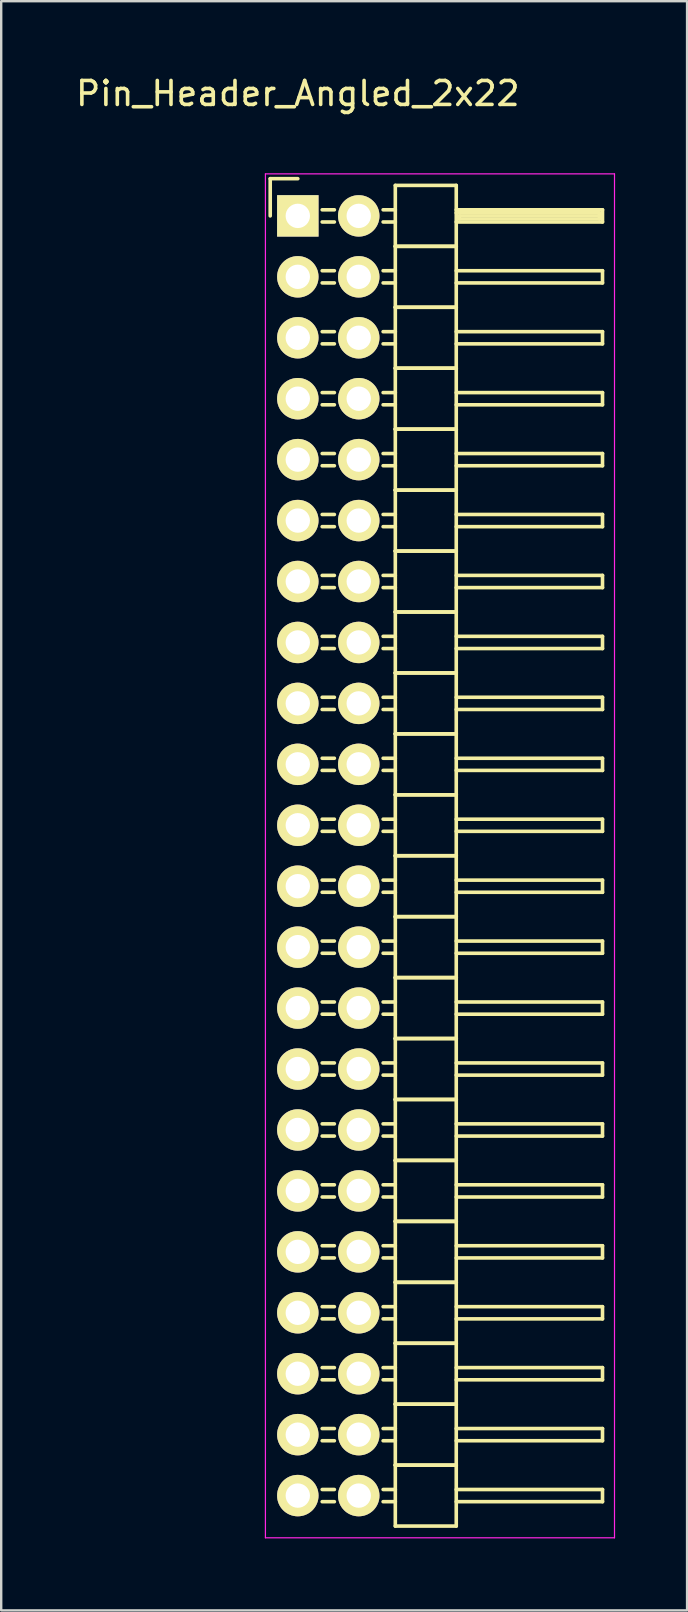
<source format=kicad_pcb>
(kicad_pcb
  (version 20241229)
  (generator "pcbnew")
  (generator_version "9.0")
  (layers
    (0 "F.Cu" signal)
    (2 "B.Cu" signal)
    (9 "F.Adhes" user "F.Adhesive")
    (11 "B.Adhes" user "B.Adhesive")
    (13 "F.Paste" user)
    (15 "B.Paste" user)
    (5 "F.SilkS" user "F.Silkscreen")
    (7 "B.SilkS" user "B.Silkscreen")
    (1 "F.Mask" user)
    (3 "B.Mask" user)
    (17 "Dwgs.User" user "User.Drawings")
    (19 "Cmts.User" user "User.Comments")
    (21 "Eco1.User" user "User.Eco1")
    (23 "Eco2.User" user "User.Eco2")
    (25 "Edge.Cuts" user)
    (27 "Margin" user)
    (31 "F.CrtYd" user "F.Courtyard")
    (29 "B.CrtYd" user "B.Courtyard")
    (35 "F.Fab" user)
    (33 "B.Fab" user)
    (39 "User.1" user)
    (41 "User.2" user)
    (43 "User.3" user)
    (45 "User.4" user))
  (footprint "Pin_Header_Angled_2x22"
    (layer "F.Cu")
    (at 9.363 5.948)
    (property "Reference" "Pin_Header_Angled_2x22" (at 0 -5.1 0) (layer "F.SilkS") (effects (font (size 1 1) (thickness 0.15))))
    (attr through_hole)
    (fp_line (start -1.15 -1.55) (end -1.15 0) (stroke (width 0.15) (type solid)) (layer "F.SilkS"))
    (fp_line (start 0 -1.55) (end -1.15 -1.55) (stroke (width 0.15) (type solid)) (layer "F.SilkS"))
    (fp_line (start 1.524 -0.254) (end 1.016 -0.254) (stroke (width 0.15) (type solid)) (layer "F.SilkS"))
    (fp_line (start 1.524 0.254) (end 1.016 0.254) (stroke (width 0.15) (type solid)) (layer "F.SilkS"))
    (fp_line (start 1.524 2.286) (end 1.016 2.286) (stroke (width 0.15) (type solid)) (layer "F.SilkS"))
    (fp_line (start 1.524 2.794) (end 1.016 2.794) (stroke (width 0.15) (type solid)) (layer "F.SilkS"))
    (fp_line (start 1.524 4.826) (end 1.016 4.826) (stroke (width 0.15) (type solid)) (layer "F.SilkS"))
    (fp_line (start 1.524 5.334) (end 1.016 5.334) (stroke (width 0.15) (type solid)) (layer "F.SilkS"))
    (fp_line (start 1.524 7.366) (end 1.016 7.366) (stroke (width 0.15) (type solid)) (layer "F.SilkS"))
    (fp_line (start 1.524 7.874) (end 1.016 7.874) (stroke (width 0.15) (type solid)) (layer "F.SilkS"))
    (fp_line (start 1.524 9.906) (end 1.016 9.906) (stroke (width 0.15) (type solid)) (layer "F.SilkS"))
    (fp_line (start 1.524 10.414) (end 1.016 10.414) (stroke (width 0.15) (type solid)) (layer "F.SilkS"))
    (fp_line (start 1.524 12.446) (end 1.016 12.446) (stroke (width 0.15) (type solid)) (layer "F.SilkS"))
    (fp_line (start 1.524 12.954) (end 1.016 12.954) (stroke (width 0.15) (type solid)) (layer "F.SilkS"))
    (fp_line (start 1.524 14.986) (end 1.016 14.986) (stroke (width 0.15) (type solid)) (layer "F.SilkS"))
    (fp_line (start 1.524 15.494) (end 1.016 15.494) (stroke (width 0.15) (type solid)) (layer "F.SilkS"))
    (fp_line (start 1.524 17.526) (end 1.016 17.526) (stroke (width 0.15) (type solid)) (layer "F.SilkS"))
    (fp_line (start 1.524 18.034) (end 1.016 18.034) (stroke (width 0.15) (type solid)) (layer "F.SilkS"))
    (fp_line (start 1.524 20.066) (end 1.016 20.066) (stroke (width 0.15) (type solid)) (layer "F.SilkS"))
    (fp_line (start 1.524 20.574) (end 1.016 20.574) (stroke (width 0.15) (type solid)) (layer "F.SilkS"))
    (fp_line (start 1.524 22.606) (end 1.016 22.606) (stroke (width 0.15) (type solid)) (layer "F.SilkS"))
    (fp_line (start 1.524 23.114) (end 1.016 23.114) (stroke (width 0.15) (type solid)) (layer "F.SilkS"))
    (fp_line (start 1.524 25.146) (end 1.016 25.146) (stroke (width 0.15) (type solid)) (layer "F.SilkS"))
    (fp_line (start 1.524 25.654) (end 1.016 25.654) (stroke (width 0.15) (type solid)) (layer "F.SilkS"))
    (fp_line (start 1.524 27.686) (end 1.016 27.686) (stroke (width 0.15) (type solid)) (layer "F.SilkS"))
    (fp_line (start 1.524 28.194) (end 1.016 28.194) (stroke (width 0.15) (type solid)) (layer "F.SilkS"))
    (fp_line (start 1.524 30.226) (end 1.016 30.226) (stroke (width 0.15) (type solid)) (layer "F.SilkS"))
    (fp_line (start 1.524 30.734) (end 1.016 30.734) (stroke (width 0.15) (type solid)) (layer "F.SilkS"))
    (fp_line (start 1.524 32.766) (end 1.016 32.766) (stroke (width 0.15) (type solid)) (layer "F.SilkS"))
    (fp_line (start 1.524 33.274) (end 1.016 33.274) (stroke (width 0.15) (type solid)) (layer "F.SilkS"))
    (fp_line (start 1.524 35.306) (end 1.016 35.306) (stroke (width 0.15) (type solid)) (layer "F.SilkS"))
    (fp_line (start 1.524 35.814) (end 1.016 35.814) (stroke (width 0.15) (type solid)) (layer "F.SilkS"))
    (fp_line (start 1.524 37.846) (end 1.016 37.846) (stroke (width 0.15) (type solid)) (layer "F.SilkS"))
    (fp_line (start 1.524 38.354) (end 1.016 38.354) (stroke (width 0.15) (type solid)) (layer "F.SilkS"))
    (fp_line (start 1.524 40.386) (end 1.016 40.386) (stroke (width 0.15) (type solid)) (layer "F.SilkS"))
    (fp_line (start 1.524 40.894) (end 1.016 40.894) (stroke (width 0.15) (type solid)) (layer "F.SilkS"))
    (fp_line (start 1.524 42.926) (end 1.016 42.926) (stroke (width 0.15) (type solid)) (layer "F.SilkS"))
    (fp_line (start 1.524 43.434) (end 1.016 43.434) (stroke (width 0.15) (type solid)) (layer "F.SilkS"))
    (fp_line (start 1.524 45.466) (end 1.016 45.466) (stroke (width 0.15) (type solid)) (layer "F.SilkS"))
    (fp_line (start 1.524 45.974) (end 1.016 45.974) (stroke (width 0.15) (type solid)) (layer "F.SilkS"))
    (fp_line (start 1.524 48.006) (end 1.016 48.006) (stroke (width 0.15) (type solid)) (layer "F.SilkS"))
    (fp_line (start 1.524 48.514) (end 1.016 48.514) (stroke (width 0.15) (type solid)) (layer "F.SilkS"))
    (fp_line (start 1.524 50.546) (end 1.016 50.546) (stroke (width 0.15) (type solid)) (layer "F.SilkS"))
    (fp_line (start 1.524 51.054) (end 1.016 51.054) (stroke (width 0.15) (type solid)) (layer "F.SilkS"))
    (fp_line (start 1.524 53.086) (end 1.016 53.086) (stroke (width 0.15) (type solid)) (layer "F.SilkS"))
    (fp_line (start 1.524 53.594) (end 1.016 53.594) (stroke (width 0.15) (type solid)) (layer "F.SilkS"))
    (fp_line (start 4.064 -1.27) (end 4.064 1.27) (stroke (width 0.15) (type solid)) (layer "F.SilkS"))
    (fp_line (start 4.064 -1.27) (end 6.604 -1.27) (stroke (width 0.15) (type solid)) (layer "F.SilkS"))
    (fp_line (start 4.064 -0.254) (end 3.556 -0.254) (stroke (width 0.15) (type solid)) (layer "F.SilkS"))
    (fp_line (start 4.064 0.254) (end 3.556 0.254) (stroke (width 0.15) (type solid)) (layer "F.SilkS"))
    (fp_line (start 4.064 1.27) (end 4.064 3.81) (stroke (width 0.15) (type solid)) (layer "F.SilkS"))
    (fp_line (start 4.064 1.27) (end 6.604 1.27) (stroke (width 0.15) (type solid)) (layer "F.SilkS"))
    (fp_line (start 4.064 1.27) (end 6.604 1.27) (stroke (width 0.15) (type solid)) (layer "F.SilkS"))
    (fp_line (start 4.064 2.286) (end 3.556 2.286) (stroke (width 0.15) (type solid)) (layer "F.SilkS"))
    (fp_line (start 4.064 2.794) (end 3.556 2.794) (stroke (width 0.15) (type solid)) (layer "F.SilkS"))
    (fp_line (start 4.064 3.81) (end 4.064 6.35) (stroke (width 0.15) (type solid)) (layer "F.SilkS"))
    (fp_line (start 4.064 3.81) (end 6.604 3.81) (stroke (width 0.15) (type solid)) (layer "F.SilkS"))
    (fp_line (start 4.064 3.81) (end 6.604 3.81) (stroke (width 0.15) (type solid)) (layer "F.SilkS"))
    (fp_line (start 4.064 4.826) (end 3.556 4.826) (stroke (width 0.15) (type solid)) (layer "F.SilkS"))
    (fp_line (start 4.064 5.334) (end 3.556 5.334) (stroke (width 0.15) (type solid)) (layer "F.SilkS"))
    (fp_line (start 4.064 6.35) (end 4.064 8.89) (stroke (width 0.15) (type solid)) (layer "F.SilkS"))
    (fp_line (start 4.064 6.35) (end 6.604 6.35) (stroke (width 0.15) (type solid)) (layer "F.SilkS"))
    (fp_line (start 4.064 6.35) (end 6.604 6.35) (stroke (width 0.15) (type solid)) (layer "F.SilkS"))
    (fp_line (start 4.064 7.366) (end 3.556 7.366) (stroke (width 0.15) (type solid)) (layer "F.SilkS"))
    (fp_line (start 4.064 7.874) (end 3.556 7.874) (stroke (width 0.15) (type solid)) (layer "F.SilkS"))
    (fp_line (start 4.064 8.89) (end 4.064 11.43) (stroke (width 0.15) (type solid)) (layer "F.SilkS"))
    (fp_line (start 4.064 8.89) (end 6.604 8.89) (stroke (width 0.15) (type solid)) (layer "F.SilkS"))
    (fp_line (start 4.064 8.89) (end 6.604 8.89) (stroke (width 0.15) (type solid)) (layer "F.SilkS"))
    (fp_line (start 4.064 9.906) (end 3.556 9.906) (stroke (width 0.15) (type solid)) (layer "F.SilkS"))
    (fp_line (start 4.064 10.414) (end 3.556 10.414) (stroke (width 0.15) (type solid)) (layer "F.SilkS"))
    (fp_line (start 4.064 11.43) (end 4.064 13.97) (stroke (width 0.15) (type solid)) (layer "F.SilkS"))
    (fp_line (start 4.064 11.43) (end 6.604 11.43) (stroke (width 0.15) (type solid)) (layer "F.SilkS"))
    (fp_line (start 4.064 11.43) (end 6.604 11.43) (stroke (width 0.15) (type solid)) (layer "F.SilkS"))
    (fp_line (start 4.064 12.446) (end 3.556 12.446) (stroke (width 0.15) (type solid)) (layer "F.SilkS"))
    (fp_line (start 4.064 12.954) (end 3.556 12.954) (stroke (width 0.15) (type solid)) (layer "F.SilkS"))
    (fp_line (start 4.064 13.97) (end 4.064 16.51) (stroke (width 0.15) (type solid)) (layer "F.SilkS"))
    (fp_line (start 4.064 13.97) (end 6.604 13.97) (stroke (width 0.15) (type solid)) (layer "F.SilkS"))
    (fp_line (start 4.064 13.97) (end 6.604 13.97) (stroke (width 0.15) (type solid)) (layer "F.SilkS"))
    (fp_line (start 4.064 14.986) (end 3.556 14.986) (stroke (width 0.15) (type solid)) (layer "F.SilkS"))
    (fp_line (start 4.064 15.494) (end 3.556 15.494) (stroke (width 0.15) (type solid)) (layer "F.SilkS"))
    (fp_line (start 4.064 16.51) (end 4.064 19.05) (stroke (width 0.15) (type solid)) (layer "F.SilkS"))
    (fp_line (start 4.064 16.51) (end 6.604 16.51) (stroke (width 0.15) (type solid)) (layer "F.SilkS"))
    (fp_line (start 4.064 16.51) (end 6.604 16.51) (stroke (width 0.15) (type solid)) (layer "F.SilkS"))
    (fp_line (start 4.064 17.526) (end 3.556 17.526) (stroke (width 0.15) (type solid)) (layer "F.SilkS"))
    (fp_line (start 4.064 18.034) (end 3.556 18.034) (stroke (width 0.15) (type solid)) (layer "F.SilkS"))
    (fp_line (start 4.064 19.05) (end 4.064 21.59) (stroke (width 0.15) (type solid)) (layer "F.SilkS"))
    (fp_line (start 4.064 19.05) (end 6.604 19.05) (stroke (width 0.15) (type solid)) (layer "F.SilkS"))
    (fp_line (start 4.064 19.05) (end 6.604 19.05) (stroke (width 0.15) (type solid)) (layer "F.SilkS"))
    (fp_line (start 4.064 20.066) (end 3.556 20.066) (stroke (width 0.15) (type solid)) (layer "F.SilkS"))
    (fp_line (start 4.064 20.574) (end 3.556 20.574) (stroke (width 0.15) (type solid)) (layer "F.SilkS"))
    (fp_line (start 4.064 21.59) (end 4.064 24.13) (stroke (width 0.15) (type solid)) (layer "F.SilkS"))
    (fp_line (start 4.064 21.59) (end 6.604 21.59) (stroke (width 0.15) (type solid)) (layer "F.SilkS"))
    (fp_line (start 4.064 21.59) (end 6.604 21.59) (stroke (width 0.15) (type solid)) (layer "F.SilkS"))
    (fp_line (start 4.064 22.606) (end 3.556 22.606) (stroke (width 0.15) (type solid)) (layer "F.SilkS"))
    (fp_line (start 4.064 23.114) (end 3.556 23.114) (stroke (width 0.15) (type solid)) (layer "F.SilkS"))
    (fp_line (start 4.064 24.13) (end 4.064 26.67) (stroke (width 0.15) (type solid)) (layer "F.SilkS"))
    (fp_line (start 4.064 24.13) (end 6.604 24.13) (stroke (width 0.15) (type solid)) (layer "F.SilkS"))
    (fp_line (start 4.064 24.13) (end 6.604 24.13) (stroke (width 0.15) (type solid)) (layer "F.SilkS"))
    (fp_line (start 4.064 25.146) (end 3.556 25.146) (stroke (width 0.15) (type solid)) (layer "F.SilkS"))
    (fp_line (start 4.064 25.654) (end 3.556 25.654) (stroke (width 0.15) (type solid)) (layer "F.SilkS"))
    (fp_line (start 4.064 26.67) (end 4.064 29.21) (stroke (width 0.15) (type solid)) (layer "F.SilkS"))
    (fp_line (start 4.064 26.67) (end 6.604 26.67) (stroke (width 0.15) (type solid)) (layer "F.SilkS"))
    (fp_line (start 4.064 26.67) (end 6.604 26.67) (stroke (width 0.15) (type solid)) (layer "F.SilkS"))
    (fp_line (start 4.064 27.686) (end 3.556 27.686) (stroke (width 0.15) (type solid)) (layer "F.SilkS"))
    (fp_line (start 4.064 28.194) (end 3.556 28.194) (stroke (width 0.15) (type solid)) (layer "F.SilkS"))
    (fp_line (start 4.064 29.21) (end 4.064 31.75) (stroke (width 0.15) (type solid)) (layer "F.SilkS"))
    (fp_line (start 4.064 29.21) (end 6.604 29.21) (stroke (width 0.15) (type solid)) (layer "F.SilkS"))
    (fp_line (start 4.064 29.21) (end 6.604 29.21) (stroke (width 0.15) (type solid)) (layer "F.SilkS"))
    (fp_line (start 4.064 30.226) (end 3.556 30.226) (stroke (width 0.15) (type solid)) (layer "F.SilkS"))
    (fp_line (start 4.064 30.734) (end 3.556 30.734) (stroke (width 0.15) (type solid)) (layer "F.SilkS"))
    (fp_line (start 4.064 31.75) (end 4.064 34.29) (stroke (width 0.15) (type solid)) (layer "F.SilkS"))
    (fp_line (start 4.064 31.75) (end 6.604 31.75) (stroke (width 0.15) (type solid)) (layer "F.SilkS"))
    (fp_line (start 4.064 31.75) (end 6.604 31.75) (stroke (width 0.15) (type solid)) (layer "F.SilkS"))
    (fp_line (start 4.064 32.766) (end 3.556 32.766) (stroke (width 0.15) (type solid)) (layer "F.SilkS"))
    (fp_line (start 4.064 33.274) (end 3.556 33.274) (stroke (width 0.15) (type solid)) (layer "F.SilkS"))
    (fp_line (start 4.064 34.29) (end 4.064 36.83) (stroke (width 0.15) (type solid)) (layer "F.SilkS"))
    (fp_line (start 4.064 34.29) (end 6.604 34.29) (stroke (width 0.15) (type solid)) (layer "F.SilkS"))
    (fp_line (start 4.064 34.29) (end 6.604 34.29) (stroke (width 0.15) (type solid)) (layer "F.SilkS"))
    (fp_line (start 4.064 35.306) (end 3.556 35.306) (stroke (width 0.15) (type solid)) (layer "F.SilkS"))
    (fp_line (start 4.064 35.814) (end 3.556 35.814) (stroke (width 0.15) (type solid)) (layer "F.SilkS"))
    (fp_line (start 4.064 36.83) (end 4.064 39.37) (stroke (width 0.15) (type solid)) (layer "F.SilkS"))
    (fp_line (start 4.064 36.83) (end 6.604 36.83) (stroke (width 0.15) (type solid)) (layer "F.SilkS"))
    (fp_line (start 4.064 36.83) (end 6.604 36.83) (stroke (width 0.15) (type solid)) (layer "F.SilkS"))
    (fp_line (start 4.064 37.846) (end 3.556 37.846) (stroke (width 0.15) (type solid)) (layer "F.SilkS"))
    (fp_line (start 4.064 38.354) (end 3.556 38.354) (stroke (width 0.15) (type solid)) (layer "F.SilkS"))
    (fp_line (start 4.064 39.37) (end 4.064 41.91) (stroke (width 0.15) (type solid)) (layer "F.SilkS"))
    (fp_line (start 4.064 39.37) (end 6.604 39.37) (stroke (width 0.15) (type solid)) (layer "F.SilkS"))
    (fp_line (start 4.064 39.37) (end 6.604 39.37) (stroke (width 0.15) (type solid)) (layer "F.SilkS"))
    (fp_line (start 4.064 40.386) (end 3.556 40.386) (stroke (width 0.15) (type solid)) (layer "F.SilkS"))
    (fp_line (start 4.064 40.894) (end 3.556 40.894) (stroke (width 0.15) (type solid)) (layer "F.SilkS"))
    (fp_line (start 4.064 41.91) (end 4.064 44.45) (stroke (width 0.15) (type solid)) (layer "F.SilkS"))
    (fp_line (start 4.064 41.91) (end 6.604 41.91) (stroke (width 0.15) (type solid)) (layer "F.SilkS"))
    (fp_line (start 4.064 41.91) (end 6.604 41.91) (stroke (width 0.15) (type solid)) (layer "F.SilkS"))
    (fp_line (start 4.064 42.926) (end 3.556 42.926) (stroke (width 0.15) (type solid)) (layer "F.SilkS"))
    (fp_line (start 4.064 43.434) (end 3.556 43.434) (stroke (width 0.15) (type solid)) (layer "F.SilkS"))
    (fp_line (start 4.064 44.45) (end 4.064 46.99) (stroke (width 0.15) (type solid)) (layer "F.SilkS"))
    (fp_line (start 4.064 44.45) (end 6.604 44.45) (stroke (width 0.15) (type solid)) (layer "F.SilkS"))
    (fp_line (start 4.064 44.45) (end 6.604 44.45) (stroke (width 0.15) (type solid)) (layer "F.SilkS"))
    (fp_line (start 4.064 45.466) (end 3.556 45.466) (stroke (width 0.15) (type solid)) (layer "F.SilkS"))
    (fp_line (start 4.064 45.974) (end 3.556 45.974) (stroke (width 0.15) (type solid)) (layer "F.SilkS"))
    (fp_line (start 4.064 46.99) (end 4.064 49.53) (stroke (width 0.15) (type solid)) (layer "F.SilkS"))
    (fp_line (start 4.064 46.99) (end 6.604 46.99) (stroke (width 0.15) (type solid)) (layer "F.SilkS"))
    (fp_line (start 4.064 46.99) (end 6.604 46.99) (stroke (width 0.15) (type solid)) (layer "F.SilkS"))
    (fp_line (start 4.064 48.006) (end 3.556 48.006) (stroke (width 0.15) (type solid)) (layer "F.SilkS"))
    (fp_line (start 4.064 48.514) (end 3.556 48.514) (stroke (width 0.15) (type solid)) (layer "F.SilkS"))
    (fp_line (start 4.064 49.53) (end 4.064 52.07) (stroke (width 0.15) (type solid)) (layer "F.SilkS"))
    (fp_line (start 4.064 49.53) (end 6.604 49.53) (stroke (width 0.15) (type solid)) (layer "F.SilkS"))
    (fp_line (start 4.064 49.53) (end 6.604 49.53) (stroke (width 0.15) (type solid)) (layer "F.SilkS"))
    (fp_line (start 4.064 50.546) (end 3.556 50.546) (stroke (width 0.15) (type solid)) (layer "F.SilkS"))
    (fp_line (start 4.064 51.054) (end 3.556 51.054) (stroke (width 0.15) (type solid)) (layer "F.SilkS"))
    (fp_line (start 4.064 52.07) (end 4.064 54.61) (stroke (width 0.15) (type solid)) (layer "F.SilkS"))
    (fp_line (start 4.064 52.07) (end 6.604 52.07) (stroke (width 0.15) (type solid)) (layer "F.SilkS"))
    (fp_line (start 4.064 52.07) (end 6.604 52.07) (stroke (width 0.15) (type solid)) (layer "F.SilkS"))
    (fp_line (start 4.064 53.086) (end 3.556 53.086) (stroke (width 0.15) (type solid)) (layer "F.SilkS"))
    (fp_line (start 4.064 53.594) (end 3.556 53.594) (stroke (width 0.15) (type solid)) (layer "F.SilkS"))
    (fp_line (start 4.064 54.61) (end 6.604 54.61) (stroke (width 0.15) (type solid)) (layer "F.SilkS"))
    (fp_line (start 6.604 -0.254) (end 12.7 -0.254) (stroke (width 0.15) (type solid)) (layer "F.SilkS"))
    (fp_line (start 6.604 -0.127) (end 12.573 -0.127) (stroke (width 0.15) (type solid)) (layer "F.SilkS"))
    (fp_line (start 6.604 1.27) (end 6.604 -1.27) (stroke (width 0.15) (type solid)) (layer "F.SilkS"))
    (fp_line (start 6.604 2.286) (end 12.7 2.286) (stroke (width 0.15) (type solid)) (layer "F.SilkS"))
    (fp_line (start 6.604 3.81) (end 6.604 1.27) (stroke (width 0.15) (type solid)) (layer "F.SilkS"))
    (fp_line (start 6.604 4.826) (end 12.7 4.826) (stroke (width 0.15) (type solid)) (layer "F.SilkS"))
    (fp_line (start 6.604 6.35) (end 6.604 3.81) (stroke (width 0.15) (type solid)) (layer "F.SilkS"))
    (fp_line (start 6.604 7.366) (end 12.7 7.366) (stroke (width 0.15) (type solid)) (layer "F.SilkS"))
    (fp_line (start 6.604 8.89) (end 6.604 6.35) (stroke (width 0.15) (type solid)) (layer "F.SilkS"))
    (fp_line (start 6.604 9.906) (end 12.7 9.906) (stroke (width 0.15) (type solid)) (layer "F.SilkS"))
    (fp_line (start 6.604 11.43) (end 6.604 8.89) (stroke (width 0.15) (type solid)) (layer "F.SilkS"))
    (fp_line (start 6.604 12.446) (end 12.7 12.446) (stroke (width 0.15) (type solid)) (layer "F.SilkS"))
    (fp_line (start 6.604 13.97) (end 6.604 11.43) (stroke (width 0.15) (type solid)) (layer "F.SilkS"))
    (fp_line (start 6.604 14.986) (end 12.7 14.986) (stroke (width 0.15) (type solid)) (layer "F.SilkS"))
    (fp_line (start 6.604 16.51) (end 6.604 13.97) (stroke (width 0.15) (type solid)) (layer "F.SilkS"))
    (fp_line (start 6.604 17.526) (end 12.7 17.526) (stroke (width 0.15) (type solid)) (layer "F.SilkS"))
    (fp_line (start 6.604 19.05) (end 6.604 16.51) (stroke (width 0.15) (type solid)) (layer "F.SilkS"))
    (fp_line (start 6.604 20.066) (end 12.7 20.066) (stroke (width 0.15) (type solid)) (layer "F.SilkS"))
    (fp_line (start 6.604 21.59) (end 6.604 19.05) (stroke (width 0.15) (type solid)) (layer "F.SilkS"))
    (fp_line (start 6.604 22.606) (end 12.7 22.606) (stroke (width 0.15) (type solid)) (layer "F.SilkS"))
    (fp_line (start 6.604 24.13) (end 6.604 21.59) (stroke (width 0.15) (type solid)) (layer "F.SilkS"))
    (fp_line (start 6.604 25.146) (end 12.7 25.146) (stroke (width 0.15) (type solid)) (layer "F.SilkS"))
    (fp_line (start 6.604 26.67) (end 6.604 24.13) (stroke (width 0.15) (type solid)) (layer "F.SilkS"))
    (fp_line (start 6.604 27.686) (end 12.7 27.686) (stroke (width 0.15) (type solid)) (layer "F.SilkS"))
    (fp_line (start 6.604 29.21) (end 6.604 26.67) (stroke (width 0.15) (type solid)) (layer "F.SilkS"))
    (fp_line (start 6.604 30.226) (end 12.7 30.226) (stroke (width 0.15) (type solid)) (layer "F.SilkS"))
    (fp_line (start 6.604 31.75) (end 6.604 29.21) (stroke (width 0.15) (type solid)) (layer "F.SilkS"))
    (fp_line (start 6.604 32.766) (end 12.7 32.766) (stroke (width 0.15) (type solid)) (layer "F.SilkS"))
    (fp_line (start 6.604 34.29) (end 6.604 31.75) (stroke (width 0.15) (type solid)) (layer "F.SilkS"))
    (fp_line (start 6.604 35.306) (end 12.7 35.306) (stroke (width 0.15) (type solid)) (layer "F.SilkS"))
    (fp_line (start 6.604 36.83) (end 6.604 34.29) (stroke (width 0.15) (type solid)) (layer "F.SilkS"))
    (fp_line (start 6.604 37.846) (end 12.7 37.846) (stroke (width 0.15) (type solid)) (layer "F.SilkS"))
    (fp_line (start 6.604 39.37) (end 6.604 36.83) (stroke (width 0.15) (type solid)) (layer "F.SilkS"))
    (fp_line (start 6.604 40.386) (end 12.7 40.386) (stroke (width 0.15) (type solid)) (layer "F.SilkS"))
    (fp_line (start 6.604 41.91) (end 6.604 39.37) (stroke (width 0.15) (type solid)) (layer "F.SilkS"))
    (fp_line (start 6.604 42.926) (end 12.7 42.926) (stroke (width 0.15) (type solid)) (layer "F.SilkS"))
    (fp_line (start 6.604 44.45) (end 6.604 41.91) (stroke (width 0.15) (type solid)) (layer "F.SilkS"))
    (fp_line (start 6.604 45.466) (end 12.7 45.466) (stroke (width 0.15) (type solid)) (layer "F.SilkS"))
    (fp_line (start 6.604 46.99) (end 6.604 44.45) (stroke (width 0.15) (type solid)) (layer "F.SilkS"))
    (fp_line (start 6.604 48.006) (end 12.7 48.006) (stroke (width 0.15) (type solid)) (layer "F.SilkS"))
    (fp_line (start 6.604 49.53) (end 6.604 46.99) (stroke (width 0.15) (type solid)) (layer "F.SilkS"))
    (fp_line (start 6.604 50.546) (end 12.7 50.546) (stroke (width 0.15) (type solid)) (layer "F.SilkS"))
    (fp_line (start 6.604 52.07) (end 6.604 49.53) (stroke (width 0.15) (type solid)) (layer "F.SilkS"))
    (fp_line (start 6.604 53.086) (end 12.7 53.086) (stroke (width 0.15) (type solid)) (layer "F.SilkS"))
    (fp_line (start 6.604 54.61) (end 6.604 52.07) (stroke (width 0.15) (type solid)) (layer "F.SilkS"))
    (fp_line (start 6.731 0) (end 12.573 0) (stroke (width 0.15) (type solid)) (layer "F.SilkS"))
    (fp_line (start 6.731 0.127) (end 6.731 0) (stroke (width 0.15) (type solid)) (layer "F.SilkS"))
    (fp_line (start 12.573 -0.127) (end 12.573 0.127) (stroke (width 0.15) (type solid)) (layer "F.SilkS"))
    (fp_line (start 12.573 0.127) (end 6.731 0.127) (stroke (width 0.15) (type solid)) (layer "F.SilkS"))
    (fp_line (start 12.7 -0.254) (end 12.7 0.254) (stroke (width 0.15) (type solid)) (layer "F.SilkS"))
    (fp_line (start 12.7 0.254) (end 6.604 0.254) (stroke (width 0.15) (type solid)) (layer "F.SilkS"))
    (fp_line (start 12.7 2.286) (end 12.7 2.794) (stroke (width 0.15) (type solid)) (layer "F.SilkS"))
    (fp_line (start 12.7 2.794) (end 6.604 2.794) (stroke (width 0.15) (type solid)) (layer "F.SilkS"))
    (fp_line (start 12.7 4.826) (end 12.7 5.334) (stroke (width 0.15) (type solid)) (layer "F.SilkS"))
    (fp_line (start 12.7 5.334) (end 6.604 5.334) (stroke (width 0.15) (type solid)) (layer "F.SilkS"))
    (fp_line (start 12.7 7.366) (end 12.7 7.874) (stroke (width 0.15) (type solid)) (layer "F.SilkS"))
    (fp_line (start 12.7 7.874) (end 6.604 7.874) (stroke (width 0.15) (type solid)) (layer "F.SilkS"))
    (fp_line (start 12.7 9.906) (end 12.7 10.414) (stroke (width 0.15) (type solid)) (layer "F.SilkS"))
    (fp_line (start 12.7 10.414) (end 6.604 10.414) (stroke (width 0.15) (type solid)) (layer "F.SilkS"))
    (fp_line (start 12.7 12.446) (end 12.7 12.954) (stroke (width 0.15) (type solid)) (layer "F.SilkS"))
    (fp_line (start 12.7 12.954) (end 6.604 12.954) (stroke (width 0.15) (type solid)) (layer "F.SilkS"))
    (fp_line (start 12.7 14.986) (end 12.7 15.494) (stroke (width 0.15) (type solid)) (layer "F.SilkS"))
    (fp_line (start 12.7 15.494) (end 6.604 15.494) (stroke (width 0.15) (type solid)) (layer "F.SilkS"))
    (fp_line (start 12.7 17.526) (end 12.7 18.034) (stroke (width 0.15) (type solid)) (layer "F.SilkS"))
    (fp_line (start 12.7 18.034) (end 6.604 18.034) (stroke (width 0.15) (type solid)) (layer "F.SilkS"))
    (fp_line (start 12.7 20.066) (end 12.7 20.574) (stroke (width 0.15) (type solid)) (layer "F.SilkS"))
    (fp_line (start 12.7 20.574) (end 6.604 20.574) (stroke (width 0.15) (type solid)) (layer "F.SilkS"))
    (fp_line (start 12.7 22.606) (end 12.7 23.114) (stroke (width 0.15) (type solid)) (layer "F.SilkS"))
    (fp_line (start 12.7 23.114) (end 6.604 23.114) (stroke (width 0.15) (type solid)) (layer "F.SilkS"))
    (fp_line (start 12.7 25.146) (end 12.7 25.654) (stroke (width 0.15) (type solid)) (layer "F.SilkS"))
    (fp_line (start 12.7 25.654) (end 6.604 25.654) (stroke (width 0.15) (type solid)) (layer "F.SilkS"))
    (fp_line (start 12.7 27.686) (end 12.7 28.194) (stroke (width 0.15) (type solid)) (layer "F.SilkS"))
    (fp_line (start 12.7 28.194) (end 6.604 28.194) (stroke (width 0.15) (type solid)) (layer "F.SilkS"))
    (fp_line (start 12.7 30.226) (end 12.7 30.734) (stroke (width 0.15) (type solid)) (layer "F.SilkS"))
    (fp_line (start 12.7 30.734) (end 6.604 30.734) (stroke (width 0.15) (type solid)) (layer "F.SilkS"))
    (fp_line (start 12.7 32.766) (end 12.7 33.274) (stroke (width 0.15) (type solid)) (layer "F.SilkS"))
    (fp_line (start 12.7 33.274) (end 6.604 33.274) (stroke (width 0.15) (type solid)) (layer "F.SilkS"))
    (fp_line (start 12.7 35.306) (end 12.7 35.814) (stroke (width 0.15) (type solid)) (layer "F.SilkS"))
    (fp_line (start 12.7 35.814) (end 6.604 35.814) (stroke (width 0.15) (type solid)) (layer "F.SilkS"))
    (fp_line (start 12.7 37.846) (end 12.7 38.354) (stroke (width 0.15) (type solid)) (layer "F.SilkS"))
    (fp_line (start 12.7 38.354) (end 6.604 38.354) (stroke (width 0.15) (type solid)) (layer "F.SilkS"))
    (fp_line (start 12.7 40.386) (end 12.7 40.894) (stroke (width 0.15) (type solid)) (layer "F.SilkS"))
    (fp_line (start 12.7 40.894) (end 6.604 40.894) (stroke (width 0.15) (type solid)) (layer "F.SilkS"))
    (fp_line (start 12.7 42.926) (end 12.7 43.434) (stroke (width 0.15) (type solid)) (layer "F.SilkS"))
    (fp_line (start 12.7 43.434) (end 6.604 43.434) (stroke (width 0.15) (type solid)) (layer "F.SilkS"))
    (fp_line (start 12.7 45.466) (end 12.7 45.974) (stroke (width 0.15) (type solid)) (layer "F.SilkS"))
    (fp_line (start 12.7 45.974) (end 6.604 45.974) (stroke (width 0.15) (type solid)) (layer "F.SilkS"))
    (fp_line (start 12.7 48.006) (end 12.7 48.514) (stroke (width 0.15) (type solid)) (layer "F.SilkS"))
    (fp_line (start 12.7 48.514) (end 6.604 48.514) (stroke (width 0.15) (type solid)) (layer "F.SilkS"))
    (fp_line (start 12.7 50.546) (end 12.7 51.054) (stroke (width 0.15) (type solid)) (layer "F.SilkS"))
    (fp_line (start 12.7 51.054) (end 6.604 51.054) (stroke (width 0.15) (type solid)) (layer "F.SilkS"))
    (fp_line (start 12.7 53.086) (end 12.7 53.594) (stroke (width 0.15) (type solid)) (layer "F.SilkS"))
    (fp_line (start 12.7 53.594) (end 6.604 53.594) (stroke (width 0.15) (type solid)) (layer "F.SilkS"))
    (fp_line (start -1.35 -1.75) (end -1.35 55.1) (stroke (width 0.05) (type solid)) (layer "F.CrtYd"))
    (fp_line (start -1.35 -1.75) (end 13.2 -1.75) (stroke (width 0.05) (type solid)) (layer "F.CrtYd"))
    (fp_line (start -1.35 55.1) (end 13.2 55.1) (stroke (width 0.05) (type solid)) (layer "F.CrtYd"))
    (fp_line (start 13.2 -1.75) (end 13.2 55.1) (stroke (width 0.05) (type solid)) (layer "F.CrtYd"))
    (pad "1" thru_hole rect (at 0 0) (size 1.727 1.727) (drill 1.016) (layers "*.Cu" "*.Mask" "F.SilkS"))
    (pad "2" thru_hole oval (at 2.54 0) (size 1.727 1.727) (drill 1.016) (layers "*.Cu" "*.Mask" "F.SilkS"))
    (pad "3" thru_hole oval (at 0 2.54) (size 1.727 1.727) (drill 1.016) (layers "*.Cu" "*.Mask" "F.SilkS"))
    (pad "4" thru_hole oval (at 2.54 2.54) (size 1.727 1.727) (drill 1.016) (layers "*.Cu" "*.Mask" "F.SilkS"))
    (pad "5" thru_hole oval (at 0 5.08) (size 1.727 1.727) (drill 1.016) (layers "*.Cu" "*.Mask" "F.SilkS"))
    (pad "6" thru_hole oval (at 2.54 5.08) (size 1.727 1.727) (drill 1.016) (layers "*.Cu" "*.Mask" "F.SilkS"))
    (pad "7" thru_hole oval (at 0 7.62) (size 1.727 1.727) (drill 1.016) (layers "*.Cu" "*.Mask" "F.SilkS"))
    (pad "8" thru_hole oval (at 2.54 7.62) (size 1.727 1.727) (drill 1.016) (layers "*.Cu" "*.Mask" "F.SilkS"))
    (pad "9" thru_hole oval (at 0 10.16) (size 1.727 1.727) (drill 1.016) (layers "*.Cu" "*.Mask" "F.SilkS"))
    (pad "10" thru_hole oval (at 2.54 10.16) (size 1.727 1.727) (drill 1.016) (layers "*.Cu" "*.Mask" "F.SilkS"))
    (pad "11" thru_hole oval (at 0 12.7) (size 1.727 1.727) (drill 1.016) (layers "*.Cu" "*.Mask" "F.SilkS"))
    (pad "12" thru_hole oval (at 2.54 12.7) (size 1.727 1.727) (drill 1.016) (layers "*.Cu" "*.Mask" "F.SilkS"))
    (pad "13" thru_hole oval (at 0 15.24) (size 1.727 1.727) (drill 1.016) (layers "*.Cu" "*.Mask" "F.SilkS"))
    (pad "14" thru_hole oval (at 2.54 15.24) (size 1.727 1.727) (drill 1.016) (layers "*.Cu" "*.Mask" "F.SilkS"))
    (pad "15" thru_hole oval (at 0 17.78) (size 1.727 1.727) (drill 1.016) (layers "*.Cu" "*.Mask" "F.SilkS"))
    (pad "16" thru_hole oval (at 2.54 17.78) (size 1.727 1.727) (drill 1.016) (layers "*.Cu" "*.Mask" "F.SilkS"))
    (pad "17" thru_hole oval (at 0 20.32) (size 1.727 1.727) (drill 1.016) (layers "*.Cu" "*.Mask" "F.SilkS"))
    (pad "18" thru_hole oval (at 2.54 20.32) (size 1.727 1.727) (drill 1.016) (layers "*.Cu" "*.Mask" "F.SilkS"))
    (pad "19" thru_hole oval (at 0 22.86) (size 1.727 1.727) (drill 1.016) (layers "*.Cu" "*.Mask" "F.SilkS"))
    (pad "20" thru_hole oval (at 2.54 22.86) (size 1.727 1.727) (drill 1.016) (layers "*.Cu" "*.Mask" "F.SilkS"))
    (pad "21" thru_hole oval (at 0 25.4) (size 1.727 1.727) (drill 1.016) (layers "*.Cu" "*.Mask" "F.SilkS"))
    (pad "22" thru_hole oval (at 2.54 25.4) (size 1.727 1.727) (drill 1.016) (layers "*.Cu" "*.Mask" "F.SilkS"))
    (pad "23" thru_hole oval (at 0 27.94) (size 1.727 1.727) (drill 1.016) (layers "*.Cu" "*.Mask" "F.SilkS"))
    (pad "24" thru_hole oval (at 2.54 27.94) (size 1.727 1.727) (drill 1.016) (layers "*.Cu" "*.Mask" "F.SilkS"))
    (pad "25" thru_hole oval (at 0 30.48) (size 1.727 1.727) (drill 1.016) (layers "*.Cu" "*.Mask" "F.SilkS"))
    (pad "26" thru_hole oval (at 2.54 30.48) (size 1.727 1.727) (drill 1.016) (layers "*.Cu" "*.Mask" "F.SilkS"))
    (pad "27" thru_hole oval (at 0 33.02) (size 1.727 1.727) (drill 1.016) (layers "*.Cu" "*.Mask" "F.SilkS"))
    (pad "28" thru_hole oval (at 2.54 33.02) (size 1.727 1.727) (drill 1.016) (layers "*.Cu" "*.Mask" "F.SilkS"))
    (pad "29" thru_hole oval (at 0 35.56) (size 1.727 1.727) (drill 1.016) (layers "*.Cu" "*.Mask" "F.SilkS"))
    (pad "30" thru_hole oval (at 2.54 35.56) (size 1.727 1.727) (drill 1.016) (layers "*.Cu" "*.Mask" "F.SilkS"))
    (pad "31" thru_hole oval (at 0 38.1) (size 1.727 1.727) (drill 1.016) (layers "*.Cu" "*.Mask" "F.SilkS"))
    (pad "32" thru_hole oval (at 2.54 38.1) (size 1.727 1.727) (drill 1.016) (layers "*.Cu" "*.Mask" "F.SilkS"))
    (pad "33" thru_hole oval (at 0 40.64) (size 1.727 1.727) (drill 1.016) (layers "*.Cu" "*.Mask" "F.SilkS"))
    (pad "34" thru_hole oval (at 2.54 40.64) (size 1.727 1.727) (drill 1.016) (layers "*.Cu" "*.Mask" "F.SilkS"))
    (pad "35" thru_hole oval (at 0 43.18) (size 1.727 1.727) (drill 1.016) (layers "*.Cu" "*.Mask" "F.SilkS"))
    (pad "36" thru_hole oval (at 2.54 43.18) (size 1.727 1.727) (drill 1.016) (layers "*.Cu" "*.Mask" "F.SilkS"))
    (pad "37" thru_hole oval (at 0 45.72) (size 1.727 1.727) (drill 1.016) (layers "*.Cu" "*.Mask" "F.SilkS"))
    (pad "38" thru_hole oval (at 2.54 45.72) (size 1.727 1.727) (drill 1.016) (layers "*.Cu" "*.Mask" "F.SilkS"))
    (pad "39" thru_hole oval (at 0 48.26) (size 1.727 1.727) (drill 1.016) (layers "*.Cu" "*.Mask" "F.SilkS"))
    (pad "40" thru_hole oval (at 2.54 48.26) (size 1.727 1.727) (drill 1.016) (layers "*.Cu" "*.Mask" "F.SilkS"))
    (pad "41" thru_hole oval (at 0 50.8) (size 1.727 1.727) (drill 1.016) (layers "*.Cu" "*.Mask" "F.SilkS"))
    (pad "42" thru_hole oval (at 2.54 50.8) (size 1.727 1.727) (drill 1.016) (layers "*.Cu" "*.Mask" "F.SilkS"))
    (pad "43" thru_hole oval (at 0 53.34) (size 1.727 1.727) (drill 1.016) (layers "*.Cu" "*.Mask" "F.SilkS"))
    (pad "44" thru_hole oval (at 2.54 53.34) (size 1.727 1.727) (drill 1.016) (layers "*.Cu" "*.Mask" "F.SilkS")))
  (gr_rect
    (start -3 -3)
    (end 25.588 64.073)
    (stroke (width 0.1) (type default))
    (fill no)
    (layer "Edge.Cuts")))
</source>
